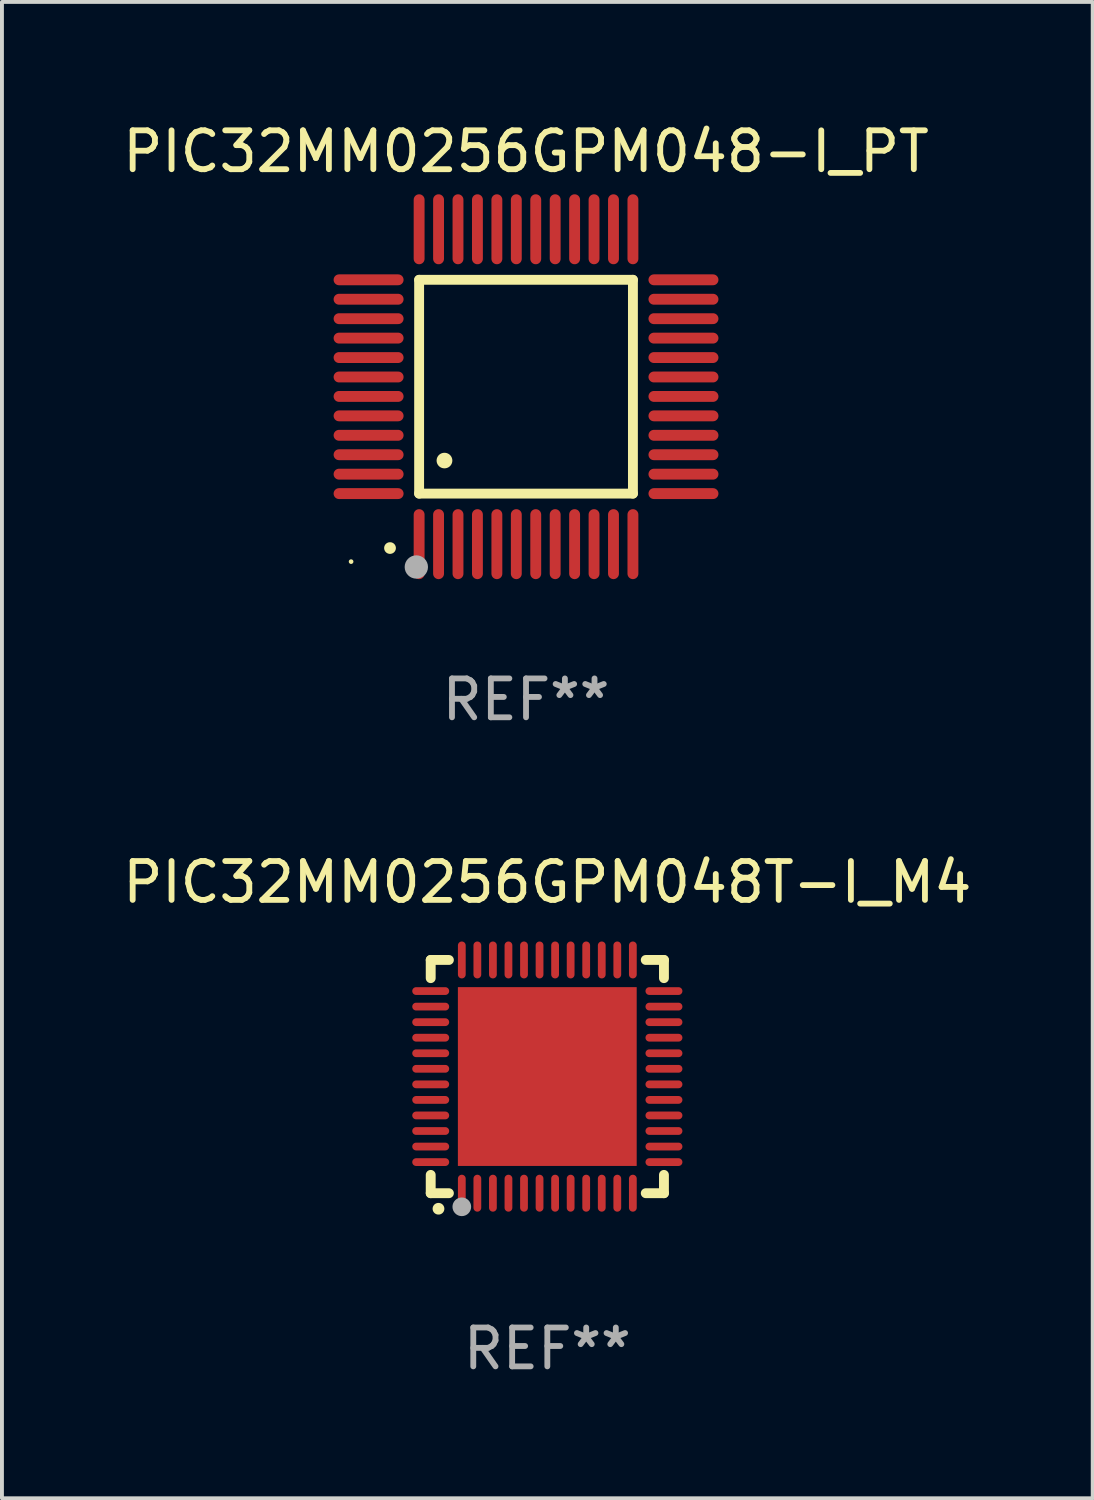
<source format=kicad_pcb>
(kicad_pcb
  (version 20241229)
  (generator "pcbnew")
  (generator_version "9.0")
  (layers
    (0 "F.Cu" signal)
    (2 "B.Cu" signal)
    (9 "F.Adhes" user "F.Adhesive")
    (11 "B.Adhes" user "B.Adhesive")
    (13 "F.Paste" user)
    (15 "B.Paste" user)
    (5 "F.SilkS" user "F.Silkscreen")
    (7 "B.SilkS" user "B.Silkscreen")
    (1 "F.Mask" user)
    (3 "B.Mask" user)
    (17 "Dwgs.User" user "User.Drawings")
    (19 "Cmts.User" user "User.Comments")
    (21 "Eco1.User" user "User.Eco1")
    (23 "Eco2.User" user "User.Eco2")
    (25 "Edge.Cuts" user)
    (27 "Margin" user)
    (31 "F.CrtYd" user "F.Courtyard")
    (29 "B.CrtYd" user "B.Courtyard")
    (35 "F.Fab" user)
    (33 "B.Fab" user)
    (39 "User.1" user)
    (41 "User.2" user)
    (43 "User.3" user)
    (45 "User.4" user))
  (footprint "PIC32MM0256GPM048-I_PT"
    (layer "F.Cu")
    (at 10.482 6.898)
    (property "Reference" "PIC32MM0256GPM048-I_PT" (at 0 -6.05 0) (layer "F.SilkS") (effects (font (size 1 1) (thickness 0.15))))
    (attr through_hole)
    (fp_line (start -2.75 -2.75) (end 2.75 -2.75) (stroke (width 0.254) (type solid)) (layer "F.SilkS"))
    (fp_line (start -2.75 2.75) (end -2.75 -2.75) (stroke (width 0.254) (type solid)) (layer "F.SilkS"))
    (fp_line (start 2.75 -2.75) (end 2.75 2.75) (stroke (width 0.254) (type solid)) (layer "F.SilkS"))
    (fp_line (start 2.75 2.75) (end -2.75 2.75) (stroke (width 0.254) (type solid)) (layer "F.SilkS"))
    (fp_arc (start -3.500127 4.150368) (mid -3.498857 4.150363) (end -3.497587 4.150368) (stroke (width 0.3) (type solid)) (layer "F.SilkS"))
    (fp_arc (start -2.100584 1.899924) (mid -2.098044 1.899908) (end -2.095504 1.899924) (stroke (width 0.4) (type solid)) (layer "F.SilkS"))
    (fp_circle (center -4.5 4.5) (end -4.47 4.5) (stroke (width 0.06) (type solid)) (fill no) (layer "F.SilkS"))
    (fp_circle (center -2.822 4.638) (end -2.672 4.638) (stroke (width 0.3) (type solid)) (fill no) (layer "F.Fab"))
    (fp_text user "REF**" (at 0 8.05 0) (layer "F.Fab") (effects (font (size 1 1) (thickness 0.15))))
    (pad "1" smd oval (at -2.75 4.05) (size 0.28 1.8) (layers "F.Cu" "F.Mask" "F.Paste"))
    (pad "2" smd oval (at -2.25 4.05) (size 0.28 1.8) (layers "F.Cu" "F.Mask" "F.Paste"))
    (pad "3" smd oval (at -1.75 4.05) (size 0.28 1.8) (layers "F.Cu" "F.Mask" "F.Paste"))
    (pad "4" smd oval (at -1.25 4.05) (size 0.28 1.8) (layers "F.Cu" "F.Mask" "F.Paste"))
    (pad "5" smd oval (at -0.75 4.05) (size 0.28 1.8) (layers "F.Cu" "F.Mask" "F.Paste"))
    (pad "6" smd oval (at -0.25 4.05) (size 0.28 1.8) (layers "F.Cu" "F.Mask" "F.Paste"))
    (pad "7" smd oval (at 0.25 4.05) (size 0.28 1.8) (layers "F.Cu" "F.Mask" "F.Paste"))
    (pad "8" smd oval (at 0.75 4.05) (size 0.28 1.8) (layers "F.Cu" "F.Mask" "F.Paste"))
    (pad "9" smd oval (at 1.25 4.05) (size 0.28 1.8) (layers "F.Cu" "F.Mask" "F.Paste"))
    (pad "10" smd oval (at 1.75 4.05) (size 0.28 1.8) (layers "F.Cu" "F.Mask" "F.Paste"))
    (pad "11" smd oval (at 2.25 4.05) (size 0.28 1.8) (layers "F.Cu" "F.Mask" "F.Paste"))
    (pad "12" smd oval (at 2.75 4.05) (size 0.28 1.8) (layers "F.Cu" "F.Mask" "F.Paste"))
    (pad "13" smd oval (at 4.05 2.75) (size 1.8 0.28) (layers "F.Cu" "F.Mask" "F.Paste"))
    (pad "14" smd oval (at 4.05 2.25) (size 1.8 0.28) (layers "F.Cu" "F.Mask" "F.Paste"))
    (pad "15" smd oval (at 4.05 1.75) (size 1.8 0.28) (layers "F.Cu" "F.Mask" "F.Paste"))
    (pad "16" smd oval (at 4.05 1.25) (size 1.8 0.28) (layers "F.Cu" "F.Mask" "F.Paste"))
    (pad "17" smd oval (at 4.05 0.75) (size 1.8 0.28) (layers "F.Cu" "F.Mask" "F.Paste"))
    (pad "18" smd oval (at 4.05 0.25) (size 1.8 0.28) (layers "F.Cu" "F.Mask" "F.Paste"))
    (pad "19" smd oval (at 4.05 -0.25) (size 1.8 0.28) (layers "F.Cu" "F.Mask" "F.Paste"))
    (pad "20" smd oval (at 4.05 -0.75) (size 1.8 0.28) (layers "F.Cu" "F.Mask" "F.Paste"))
    (pad "21" smd oval (at 4.05 -1.25) (size 1.8 0.28) (layers "F.Cu" "F.Mask" "F.Paste"))
    (pad "22" smd oval (at 4.05 -1.75) (size 1.8 0.28) (layers "F.Cu" "F.Mask" "F.Paste"))
    (pad "23" smd oval (at 4.05 -2.25) (size 1.8 0.28) (layers "F.Cu" "F.Mask" "F.Paste"))
    (pad "24" smd oval (at 4.05 -2.75) (size 1.8 0.28) (layers "F.Cu" "F.Mask" "F.Paste"))
    (pad "25" smd oval (at 2.75 -4.05) (size 0.28 1.8) (layers "F.Cu" "F.Mask" "F.Paste"))
    (pad "26" smd oval (at 2.25 -4.05) (size 0.28 1.8) (layers "F.Cu" "F.Mask" "F.Paste"))
    (pad "27" smd oval (at 1.75 -4.05) (size 0.28 1.8) (layers "F.Cu" "F.Mask" "F.Paste"))
    (pad "28" smd oval (at 1.25 -4.05) (size 0.28 1.8) (layers "F.Cu" "F.Mask" "F.Paste"))
    (pad "29" smd oval (at 0.75 -4.05) (size 0.28 1.8) (layers "F.Cu" "F.Mask" "F.Paste"))
    (pad "30" smd oval (at 0.25 -4.05) (size 0.28 1.8) (layers "F.Cu" "F.Mask" "F.Paste"))
    (pad "31" smd oval (at -0.25 -4.05) (size 0.28 1.8) (layers "F.Cu" "F.Mask" "F.Paste"))
    (pad "32" smd oval (at -0.75 -4.05) (size 0.28 1.8) (layers "F.Cu" "F.Mask" "F.Paste"))
    (pad "33" smd oval (at -1.25 -4.05) (size 0.28 1.8) (layers "F.Cu" "F.Mask" "F.Paste"))
    (pad "34" smd oval (at -1.75 -4.05) (size 0.28 1.8) (layers "F.Cu" "F.Mask" "F.Paste"))
    (pad "35" smd oval (at -2.25 -4.05) (size 0.28 1.8) (layers "F.Cu" "F.Mask" "F.Paste"))
    (pad "36" smd oval (at -2.75 -4.05) (size 0.28 1.8) (layers "F.Cu" "F.Mask" "F.Paste"))
    (pad "37" smd oval (at -4.05 -2.75) (size 1.8 0.28) (layers "F.Cu" "F.Mask" "F.Paste"))
    (pad "38" smd oval (at -4.05 -2.25) (size 1.8 0.28) (layers "F.Cu" "F.Mask" "F.Paste"))
    (pad "39" smd oval (at -4.05 -1.75) (size 1.8 0.28) (layers "F.Cu" "F.Mask" "F.Paste"))
    (pad "40" smd oval (at -4.05 -1.25) (size 1.8 0.28) (layers "F.Cu" "F.Mask" "F.Paste"))
    (pad "41" smd oval (at -4.05 -0.75) (size 1.8 0.28) (layers "F.Cu" "F.Mask" "F.Paste"))
    (pad "42" smd oval (at -4.05 -0.25) (size 1.8 0.28) (layers "F.Cu" "F.Mask" "F.Paste"))
    (pad "43" smd oval (at -4.05 0.25) (size 1.8 0.28) (layers "F.Cu" "F.Mask" "F.Paste"))
    (pad "44" smd oval (at -4.05 0.75) (size 1.8 0.28) (layers "F.Cu" "F.Mask" "F.Paste"))
    (pad "45" smd oval (at -4.05 1.25) (size 1.8 0.28) (layers "F.Cu" "F.Mask" "F.Paste"))
    (pad "46" smd oval (at -4.05 1.75) (size 1.8 0.28) (layers "F.Cu" "F.Mask" "F.Paste"))
    (pad "47" smd oval (at -4.05 2.25) (size 1.8 0.28) (layers "F.Cu" "F.Mask" "F.Paste"))
    (pad "48" smd oval (at -4.05 2.75) (size 1.8 0.28) (layers "F.Cu" "F.Mask" "F.Paste")))
  (footprint "PIC32MM0256GPM048T-I_M4"
    (layer "F.Cu")
    (at 11.03 24.645)
    (property "Reference" "PIC32MM0256GPM048T-I_M4" (at 0 -5 0) (layer "F.SilkS") (effects (font (size 1 1) (thickness 0.15))))
    (attr through_hole)
    (fp_line (start -3 -3) (end -2.532 -3) (stroke (width 0.254) (type solid)) (layer "F.SilkS"))
    (fp_line (start -3 -2.532) (end -3 -3) (stroke (width 0.254) (type solid)) (layer "F.SilkS"))
    (fp_line (start -3 3) (end -3 2.529) (stroke (width 0.254) (type solid)) (layer "F.SilkS"))
    (fp_line (start -2.532 3) (end -3 3) (stroke (width 0.254) (type solid)) (layer "F.SilkS"))
    (fp_line (start 2.532 -3) (end 3 -3) (stroke (width 0.254) (type solid)) (layer "F.SilkS"))
    (fp_line (start 3 -3) (end 3 -2.532) (stroke (width 0.254) (type solid)) (layer "F.SilkS"))
    (fp_line (start 3 2.529) (end 3 3) (stroke (width 0.254) (type solid)) (layer "F.SilkS"))
    (fp_line (start 3 3) (end 2.532 3) (stroke (width 0.254) (type solid)) (layer "F.SilkS"))
    (fp_arc (start -2.801295 3.400025) (mid -2.800025 3.40002) (end -2.798755 3.400025) (stroke (width 0.3) (type solid)) (layer "F.SilkS"))
    (fp_circle (center -3 3) (end -2.97 3) (stroke (width 0.06) (type solid)) (fill no) (layer "F.SilkS"))
    (fp_circle (center -2.2 3.35) (end -2.08 3.35) (stroke (width 0.24) (type solid)) (fill no) (layer "F.Fab"))
    (fp_text user "REF**" (at 0 7 0) (layer "F.Fab") (effects (font (size 1 1) (thickness 0.15))))
    (pad "1" smd oval (at -2.2 3) (size 0.2 0.95) (layers "F.Cu" "F.Mask" "F.Paste"))
    (pad "2" smd oval (at -1.8 3) (size 0.2 0.95) (layers "F.Cu" "F.Mask" "F.Paste"))
    (pad "3" smd oval (at -1.4 3) (size 0.2 0.95) (layers "F.Cu" "F.Mask" "F.Paste"))
    (pad "4" smd oval (at -1 3) (size 0.2 0.95) (layers "F.Cu" "F.Mask" "F.Paste"))
    (pad "5" smd oval (at -0.6 3) (size 0.2 0.95) (layers "F.Cu" "F.Mask" "F.Paste"))
    (pad "6" smd oval (at -0.2 3) (size 0.2 0.95) (layers "F.Cu" "F.Mask" "F.Paste"))
    (pad "7" smd oval (at 0.2 3) (size 0.2 0.95) (layers "F.Cu" "F.Mask" "F.Paste"))
    (pad "8" smd oval (at 0.6 3) (size 0.2 0.95) (layers "F.Cu" "F.Mask" "F.Paste"))
    (pad "9" smd oval (at 1 3) (size 0.2 0.95) (layers "F.Cu" "F.Mask" "F.Paste"))
    (pad "10" smd oval (at 1.4 3) (size 0.2 0.95) (layers "F.Cu" "F.Mask" "F.Paste"))
    (pad "11" smd oval (at 1.8 3) (size 0.2 0.95) (layers "F.Cu" "F.Mask" "F.Paste"))
    (pad "12" smd oval (at 2.2 3) (size 0.2 0.95) (layers "F.Cu" "F.Mask" "F.Paste"))
    (pad "13" smd oval (at 3 2.2 90) (size 0.2 0.95) (layers "F.Cu" "F.Mask" "F.Paste"))
    (pad "14" smd oval (at 3 1.8 90) (size 0.2 0.95) (layers "F.Cu" "F.Mask" "F.Paste"))
    (pad "15" smd oval (at 3 1.4 90) (size 0.2 0.95) (layers "F.Cu" "F.Mask" "F.Paste"))
    (pad "16" smd oval (at 3 1 90) (size 0.2 0.95) (layers "F.Cu" "F.Mask" "F.Paste"))
    (pad "17" smd oval (at 3 0.6 90) (size 0.2 0.95) (layers "F.Cu" "F.Mask" "F.Paste"))
    (pad "18" smd oval (at 3 0.2 90) (size 0.2 0.95) (layers "F.Cu" "F.Mask" "F.Paste"))
    (pad "19" smd oval (at 3 -0.2 90) (size 0.2 0.95) (layers "F.Cu" "F.Mask" "F.Paste"))
    (pad "20" smd oval (at 3 -0.6 90) (size 0.2 0.95) (layers "F.Cu" "F.Mask" "F.Paste"))
    (pad "21" smd oval (at 3 -1 90) (size 0.2 0.95) (layers "F.Cu" "F.Mask" "F.Paste"))
    (pad "22" smd oval (at 3 -1.4 90) (size 0.2 0.95) (layers "F.Cu" "F.Mask" "F.Paste"))
    (pad "23" smd oval (at 3 -1.8 90) (size 0.2 0.95) (layers "F.Cu" "F.Mask" "F.Paste"))
    (pad "24" smd oval (at 3 -2.2 90) (size 0.2 0.95) (layers "F.Cu" "F.Mask" "F.Paste"))
    (pad "25" smd oval (at 2.2 -3 180) (size 0.2 0.95) (layers "F.Cu" "F.Mask" "F.Paste"))
    (pad "26" smd oval (at 1.8 -3 180) (size 0.2 0.95) (layers "F.Cu" "F.Mask" "F.Paste"))
    (pad "27" smd oval (at 1.4 -3 180) (size 0.2 0.95) (layers "F.Cu" "F.Mask" "F.Paste"))
    (pad "28" smd oval (at 1 -3 180) (size 0.2 0.95) (layers "F.Cu" "F.Mask" "F.Paste"))
    (pad "29" smd oval (at 0.6 -3 180) (size 0.2 0.95) (layers "F.Cu" "F.Mask" "F.Paste"))
    (pad "30" smd oval (at 0.2 -3 180) (size 0.2 0.95) (layers "F.Cu" "F.Mask" "F.Paste"))
    (pad "31" smd oval (at -0.2 -3 180) (size 0.2 0.95) (layers "F.Cu" "F.Mask" "F.Paste"))
    (pad "32" smd oval (at -0.6 -3 180) (size 0.2 0.95) (layers "F.Cu" "F.Mask" "F.Paste"))
    (pad "33" smd oval (at -1 -3 180) (size 0.2 0.95) (layers "F.Cu" "F.Mask" "F.Paste"))
    (pad "34" smd oval (at -1.4 -3 180) (size 0.2 0.95) (layers "F.Cu" "F.Mask" "F.Paste"))
    (pad "35" smd oval (at -1.8 -3 180) (size 0.2 0.95) (layers "F.Cu" "F.Mask" "F.Paste"))
    (pad "36" smd oval (at -2.2 -3 180) (size 0.2 0.95) (layers "F.Cu" "F.Mask" "F.Paste"))
    (pad "37" smd oval (at -3 -2.2 270) (size 0.2 0.95) (layers "F.Cu" "F.Mask" "F.Paste"))
    (pad "38" smd oval (at -3 -1.8 270) (size 0.2 0.95) (layers "F.Cu" "F.Mask" "F.Paste"))
    (pad "39" smd oval (at -3 -1.4 270) (size 0.2 0.95) (layers "F.Cu" "F.Mask" "F.Paste"))
    (pad "40" smd oval (at -3 -1 270) (size 0.2 0.95) (layers "F.Cu" "F.Mask" "F.Paste"))
    (pad "41" smd oval (at -3 -0.6 270) (size 0.2 0.95) (layers "F.Cu" "F.Mask" "F.Paste"))
    (pad "42" smd oval (at -3 -0.2 270) (size 0.2 0.95) (layers "F.Cu" "F.Mask" "F.Paste"))
    (pad "43" smd oval (at -3 0.2 270) (size 0.2 0.95) (layers "F.Cu" "F.Mask" "F.Paste"))
    (pad "44" smd oval (at -3 0.6 270) (size 0.2 0.95) (layers "F.Cu" "F.Mask" "F.Paste"))
    (pad "45" smd oval (at -3 1 270) (size 0.2 0.95) (layers "F.Cu" "F.Mask" "F.Paste"))
    (pad "46" smd oval (at -3 1.4 270) (size 0.2 0.95) (layers "F.Cu" "F.Mask" "F.Paste"))
    (pad "47" smd oval (at -3 1.8 270) (size 0.2 0.95) (layers "F.Cu" "F.Mask" "F.Paste"))
    (pad "48" smd oval (at -3 2.2 270) (size 0.2 0.95) (layers "F.Cu" "F.Mask" "F.Paste"))
    (pad "49" smd rect (at -0.001 -0.001 180) (size 4.6 4.6) (layers "F.Cu" "F.Mask" "F.Paste")))
  (gr_rect
    (start -3 -3)
    (end 25.06 35.493)
    (stroke (width 0.1) (type default))
    (fill no)
    (layer "Edge.Cuts")))
</source>
